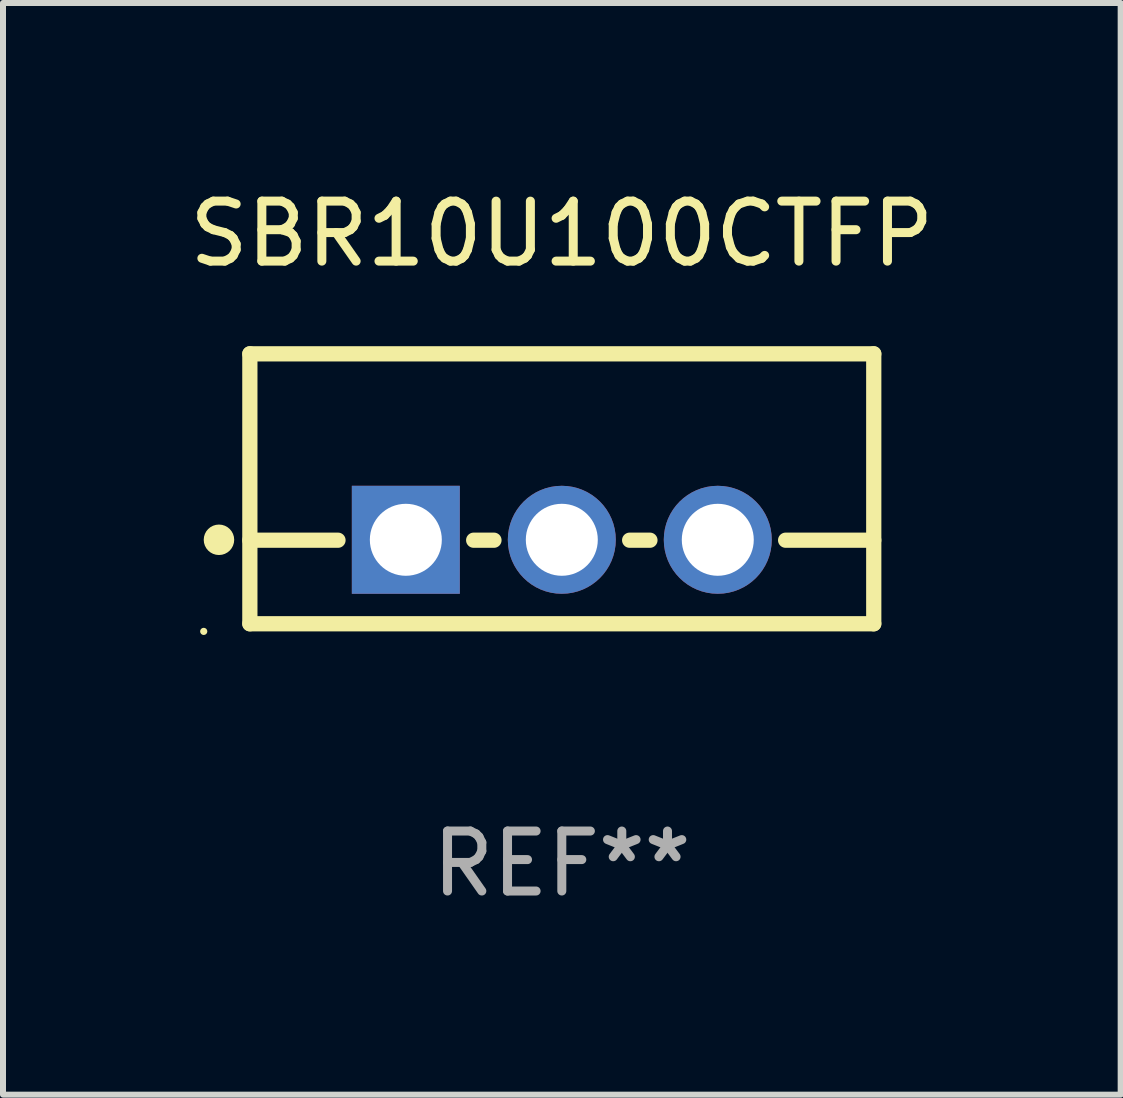
<source format=kicad_pcb>
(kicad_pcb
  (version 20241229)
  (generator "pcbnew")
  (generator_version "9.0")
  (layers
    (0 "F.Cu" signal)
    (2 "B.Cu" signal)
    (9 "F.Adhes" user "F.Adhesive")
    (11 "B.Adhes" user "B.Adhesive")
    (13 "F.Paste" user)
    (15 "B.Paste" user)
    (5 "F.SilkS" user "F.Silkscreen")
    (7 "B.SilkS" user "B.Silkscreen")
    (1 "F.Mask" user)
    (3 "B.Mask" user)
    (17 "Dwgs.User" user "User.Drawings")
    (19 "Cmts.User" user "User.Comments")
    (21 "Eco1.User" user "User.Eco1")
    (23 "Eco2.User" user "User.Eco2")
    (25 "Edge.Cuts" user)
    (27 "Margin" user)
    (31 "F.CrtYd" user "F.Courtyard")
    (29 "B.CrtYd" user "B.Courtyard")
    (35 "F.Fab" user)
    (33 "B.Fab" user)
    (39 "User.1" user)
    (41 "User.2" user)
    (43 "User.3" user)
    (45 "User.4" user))
  (footprint "SBR10U100CTFP"
    (layer "F.Cu")
    (at 6.315 5.098)
    (property "Reference" "SBR10U100CTFP" (at 0 -4.25 0) (layer "F.SilkS") (effects (font (size 1 1) (thickness 0.15))))
    (attr through_hole)
    (fp_line (start -5.2 -2.25) (end -5.2 2.25) (stroke (width 0.254) (type solid)) (layer "F.SilkS"))
    (fp_line (start -5.2 -2.25) (end 5.2 -2.25) (stroke (width 0.254) (type solid)) (layer "F.SilkS"))
    (fp_line (start -5.2 0.857) (end -3.731 0.857) (stroke (width 0.254) (type solid)) (layer "F.SilkS"))
    (fp_line (start -5.2 2.25) (end 5.2 2.25) (stroke (width 0.254) (type solid)) (layer "F.SilkS"))
    (fp_line (start -1.469 0.857) (end -1.131 0.857) (stroke (width 0.254) (type solid)) (layer "F.SilkS"))
    (fp_line (start 1.131 0.857) (end 1.469 0.857) (stroke (width 0.254) (type solid)) (layer "F.SilkS"))
    (fp_line (start 3.731 0.857) (end 5.2 0.857) (stroke (width 0.254) (type solid)) (layer "F.SilkS"))
    (fp_line (start 5.2 -2.25) (end 5.2 2.25) (stroke (width 0.254) (type solid)) (layer "F.SilkS"))
    (fp_circle (center -5.969 2.377) (end -5.939 2.377) (stroke (width 0.06) (type solid)) (fill no) (layer "F.SilkS"))
    (fp_circle (center -5.715 0.85) (end -5.588 0.85) (stroke (width 0.254) (type solid)) (fill no) (layer "F.SilkS"))
    (fp_text user "REF**" (at 0 6.25 0) (layer "F.Fab") (effects (font (size 1 1) (thickness 0.15))))
    (pad "1" thru_hole rect (at -2.6 0.85) (size 1.8 1.8) (drill 1.2) (layers "*.Cu" "*.Mask"))
    (pad "2" thru_hole circle (at 0 0.85) (size 1.8 1.8) (drill 1.2) (layers "*.Cu" "*.Mask"))
    (pad "3" thru_hole circle (at 2.6 0.85) (size 1.8 1.8) (drill 1.2) (layers "*.Cu" "*.Mask")))
  (gr_rect
    (start -3 -3)
    (end 15.631 15.197)
    (stroke (width 0.1) (type default))
    (fill no)
    (layer "Edge.Cuts")))
</source>
